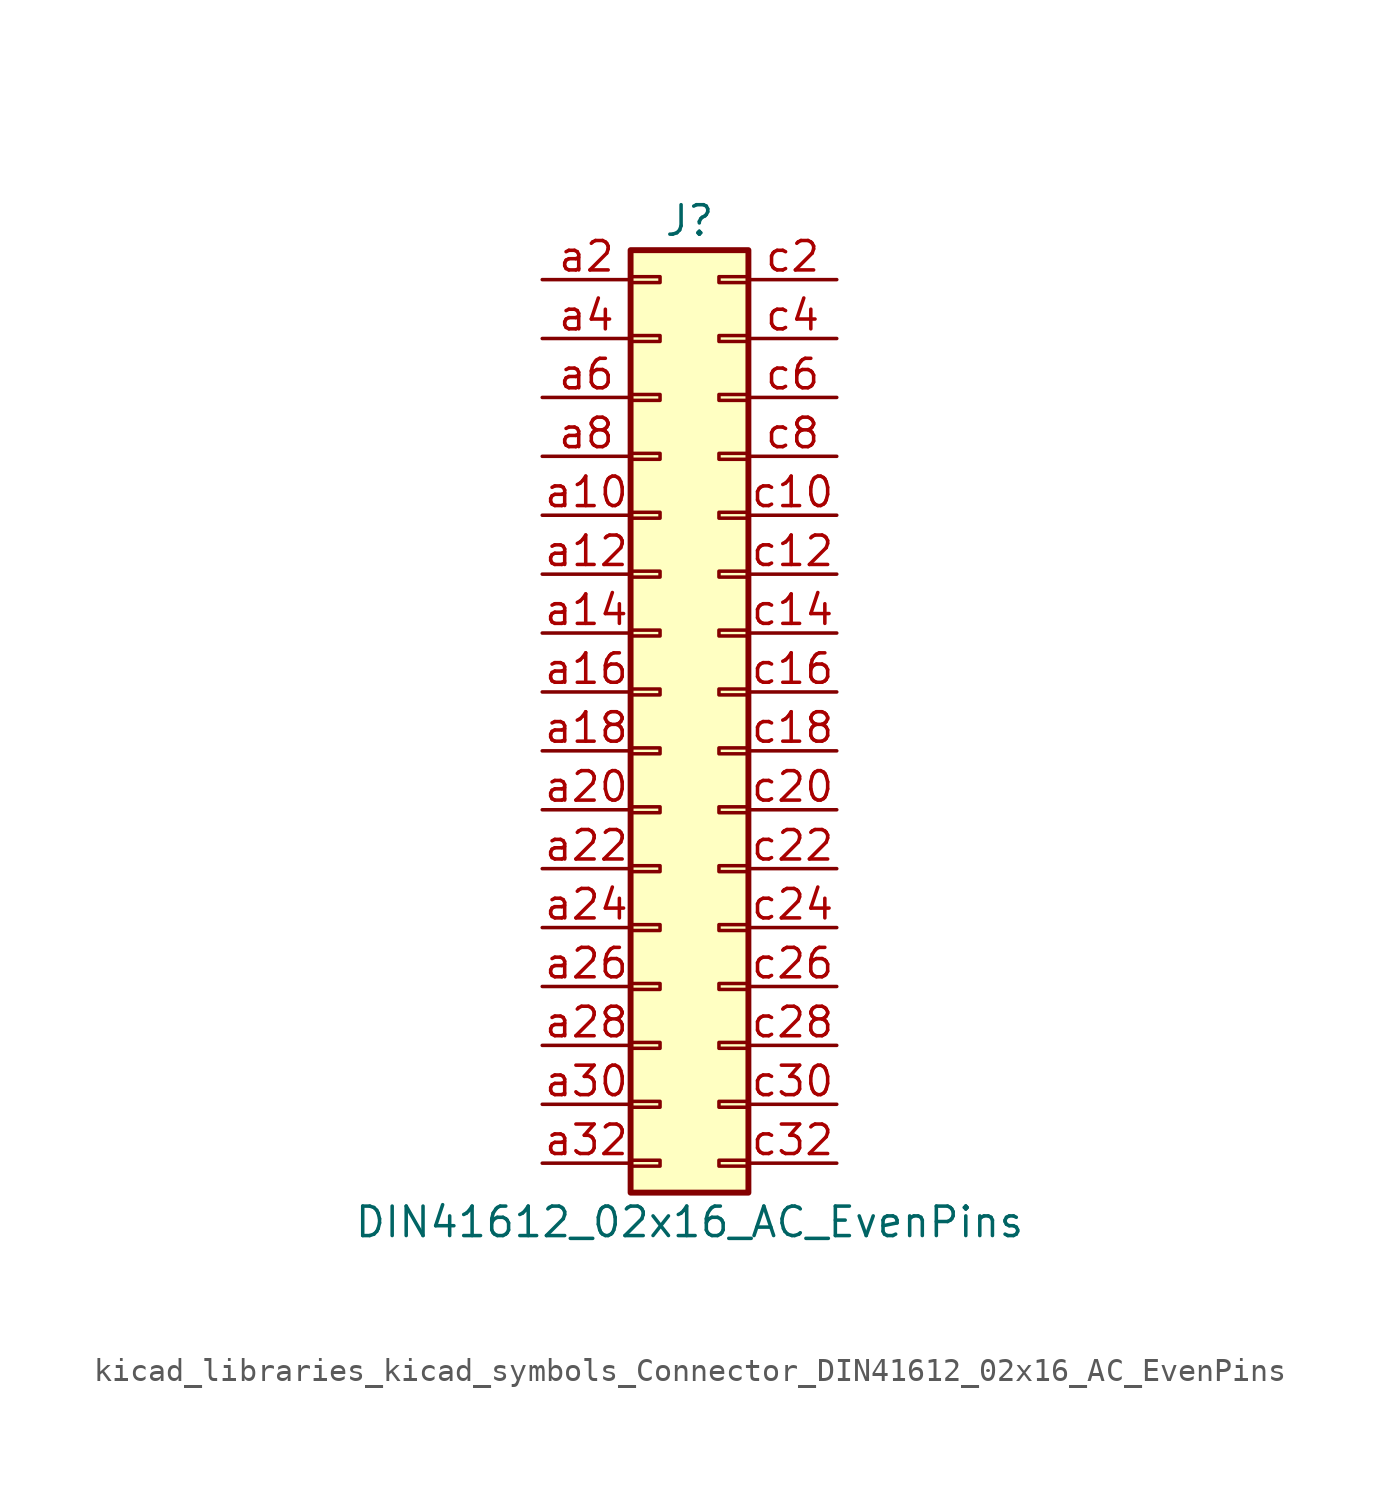
<source format=kicad_sym>
(kicad_symbol_lib
  (version 20220914)
  (generator kicad_symbol_editor)
  (symbol "kicad_libraries_kicad_symbols_Connector_DIN41612_02x16_AC_EvenPins"
    (pin_names
      (offset 1.016) hide)
    (property "Reference" "J"
      (at 1.27 20.32 0)
      (effects (font (size 1.27 1.27))))
    (property "Value" "DIN41612_02x16_AC_EvenPins"
      (at 1.27 -22.86 0)
      (effects (font (size 1.27 1.27))))
    (symbol "kicad_libraries_kicad_symbols_Connector_DIN41612_02x16_AC_EvenPins_1_1"
      (rectangle (start -1.27 -20.193) (end 0 -20.447) (stroke (width 0.152) (type default)) (fill (type none)))
      (rectangle (start -1.27 -17.653) (end 0 -17.907) (stroke (width 0.152) (type default)) (fill (type none)))
      (rectangle (start -1.27 -15.113) (end 0 -15.367) (stroke (width 0.152) (type default)) (fill (type none)))
      (rectangle (start -1.27 -12.573) (end 0 -12.827) (stroke (width 0.152) (type default)) (fill (type none)))
      (rectangle (start -1.27 -10.033) (end 0 -10.287) (stroke (width 0.152) (type default)) (fill (type none)))
      (rectangle (start -1.27 -7.493) (end 0 -7.747) (stroke (width 0.152) (type default)) (fill (type none)))
      (rectangle (start -1.27 -4.953) (end 0 -5.207) (stroke (width 0.152) (type default)) (fill (type none)))
      (rectangle (start -1.27 -2.413) (end 0 -2.667) (stroke (width 0.152) (type default)) (fill (type none)))
      (rectangle (start -1.27 0.127) (end 0 -0.127) (stroke (width 0.152) (type default)) (fill (type none)))
      (rectangle (start -1.27 2.667) (end 0 2.413) (stroke (width 0.152) (type default)) (fill (type none)))
      (rectangle (start -1.27 5.207) (end 0 4.953) (stroke (width 0.152) (type default)) (fill (type none)))
      (rectangle (start -1.27 7.747) (end 0 7.493) (stroke (width 0.152) (type default)) (fill (type none)))
      (rectangle (start -1.27 10.287) (end 0 10.033) (stroke (width 0.152) (type default)) (fill (type none)))
      (rectangle (start -1.27 12.827) (end 0 12.573) (stroke (width 0.152) (type default)) (fill (type none)))
      (rectangle (start -1.27 15.367) (end 0 15.113) (stroke (width 0.152) (type default)) (fill (type none)))
      (rectangle (start -1.27 17.907) (end 0 17.653) (stroke (width 0.152) (type default)) (fill (type none)))
      (rectangle (start -1.27 19.05) (end 3.81 -21.59) (stroke (width 0.254) (type default)) (fill (type background)))
      (rectangle (start 3.81 -20.193) (end 2.54 -20.447) (stroke (width 0.152) (type default)) (fill (type none)))
      (rectangle (start 3.81 -17.653) (end 2.54 -17.907) (stroke (width 0.152) (type default)) (fill (type none)))
      (rectangle (start 3.81 -15.113) (end 2.54 -15.367) (stroke (width 0.152) (type default)) (fill (type none)))
      (rectangle (start 3.81 -12.573) (end 2.54 -12.827) (stroke (width 0.152) (type default)) (fill (type none)))
      (rectangle (start 3.81 -10.033) (end 2.54 -10.287) (stroke (width 0.152) (type default)) (fill (type none)))
      (rectangle (start 3.81 -7.493) (end 2.54 -7.747) (stroke (width 0.152) (type default)) (fill (type none)))
      (rectangle (start 3.81 -4.953) (end 2.54 -5.207) (stroke (width 0.152) (type default)) (fill (type none)))
      (rectangle (start 3.81 -2.413) (end 2.54 -2.667) (stroke (width 0.152) (type default)) (fill (type none)))
      (rectangle (start 3.81 0.127) (end 2.54 -0.127) (stroke (width 0.152) (type default)) (fill (type none)))
      (rectangle (start 3.81 2.667) (end 2.54 2.413) (stroke (width 0.152) (type default)) (fill (type none)))
      (rectangle (start 3.81 5.207) (end 2.54 4.953) (stroke (width 0.152) (type default)) (fill (type none)))
      (rectangle (start 3.81 7.747) (end 2.54 7.493) (stroke (width 0.152) (type default)) (fill (type none)))
      (rectangle (start 3.81 10.287) (end 2.54 10.033) (stroke (width 0.152) (type default)) (fill (type none)))
      (rectangle (start 3.81 12.827) (end 2.54 12.573) (stroke (width 0.152) (type default)) (fill (type none)))
      (rectangle (start 3.81 15.367) (end 2.54 15.113) (stroke (width 0.152) (type default)) (fill (type none)))
      (rectangle (start 3.81 17.907) (end 2.54 17.653) (stroke (width 0.152) (type default)) (fill (type none)))
      (pin passive line (at -5.08 7.62 0) (length 3.81) (name "Pin_a10" (effects (font (size 1.27 1.27)))) (number "a10" (effects (font (size 1.27 1.27)))))
      (pin passive line (at -5.08 5.08 0) (length 3.81) (name "Pin_a12" (effects (font (size 1.27 1.27)))) (number "a12" (effects (font (size 1.27 1.27)))))
      (pin passive line (at -5.08 2.54 0) (length 3.81) (name "Pin_a14" (effects (font (size 1.27 1.27)))) (number "a14" (effects (font (size 1.27 1.27)))))
      (pin passive line (at -5.08 0 0) (length 3.81) (name "Pin_a16" (effects (font (size 1.27 1.27)))) (number "a16" (effects (font (size 1.27 1.27)))))
      (pin passive line (at -5.08 -2.54 0) (length 3.81) (name "Pin_a18" (effects (font (size 1.27 1.27)))) (number "a18" (effects (font (size 1.27 1.27)))))
      (pin passive line (at -5.08 17.78 0) (length 3.81) (name "Pin_a2" (effects (font (size 1.27 1.27)))) (number "a2" (effects (font (size 1.27 1.27)))))
      (pin passive line (at -5.08 -5.08 0) (length 3.81) (name "Pin_a20" (effects (font (size 1.27 1.27)))) (number "a20" (effects (font (size 1.27 1.27)))))
      (pin passive line (at -5.08 -7.62 0) (length 3.81) (name "Pin_a22" (effects (font (size 1.27 1.27)))) (number "a22" (effects (font (size 1.27 1.27)))))
      (pin passive line (at -5.08 -10.16 0) (length 3.81) (name "Pin_a24" (effects (font (size 1.27 1.27)))) (number "a24" (effects (font (size 1.27 1.27)))))
      (pin passive line (at -5.08 -12.7 0) (length 3.81) (name "Pin_a26" (effects (font (size 1.27 1.27)))) (number "a26" (effects (font (size 1.27 1.27)))))
      (pin passive line (at -5.08 -15.24 0) (length 3.81) (name "Pin_a28" (effects (font (size 1.27 1.27)))) (number "a28" (effects (font (size 1.27 1.27)))))
      (pin passive line (at -5.08 -17.78 0) (length 3.81) (name "Pin_a30" (effects (font (size 1.27 1.27)))) (number "a30" (effects (font (size 1.27 1.27)))))
      (pin passive line (at -5.08 -20.32 0) (length 3.81) (name "Pin_a32" (effects (font (size 1.27 1.27)))) (number "a32" (effects (font (size 1.27 1.27)))))
      (pin passive line (at -5.08 15.24 0) (length 3.81) (name "Pin_a4" (effects (font (size 1.27 1.27)))) (number "a4" (effects (font (size 1.27 1.27)))))
      (pin passive line (at -5.08 12.7 0) (length 3.81) (name "Pin_a6" (effects (font (size 1.27 1.27)))) (number "a6" (effects (font (size 1.27 1.27)))))
      (pin passive line (at -5.08 10.16 0) (length 3.81) (name "Pin_a8" (effects (font (size 1.27 1.27)))) (number "a8" (effects (font (size 1.27 1.27)))))
      (pin passive line (at 7.62 7.62 180) (length 3.81) (name "Pin_c10" (effects (font (size 1.27 1.27)))) (number "c10" (effects (font (size 1.27 1.27)))))
      (pin passive line (at 7.62 5.08 180) (length 3.81) (name "Pin_c12" (effects (font (size 1.27 1.27)))) (number "c12" (effects (font (size 1.27 1.27)))))
      (pin passive line (at 7.62 2.54 180) (length 3.81) (name "Pin_c14" (effects (font (size 1.27 1.27)))) (number "c14" (effects (font (size 1.27 1.27)))))
      (pin passive line (at 7.62 0 180) (length 3.81) (name "Pin_c16" (effects (font (size 1.27 1.27)))) (number "c16" (effects (font (size 1.27 1.27)))))
      (pin passive line (at 7.62 -2.54 180) (length 3.81) (name "Pin_c18" (effects (font (size 1.27 1.27)))) (number "c18" (effects (font (size 1.27 1.27)))))
      (pin passive line (at 7.62 17.78 180) (length 3.81) (name "Pin_c2" (effects (font (size 1.27 1.27)))) (number "c2" (effects (font (size 1.27 1.27)))))
      (pin passive line (at 7.62 -5.08 180) (length 3.81) (name "Pin_c20" (effects (font (size 1.27 1.27)))) (number "c20" (effects (font (size 1.27 1.27)))))
      (pin passive line (at 7.62 -7.62 180) (length 3.81) (name "Pin_c22" (effects (font (size 1.27 1.27)))) (number "c22" (effects (font (size 1.27 1.27)))))
      (pin passive line (at 7.62 -10.16 180) (length 3.81) (name "Pin_c24" (effects (font (size 1.27 1.27)))) (number "c24" (effects (font (size 1.27 1.27)))))
      (pin passive line (at 7.62 -12.7 180) (length 3.81) (name "Pin_c26" (effects (font (size 1.27 1.27)))) (number "c26" (effects (font (size 1.27 1.27)))))
      (pin passive line (at 7.62 -15.24 180) (length 3.81) (name "Pin_c28" (effects (font (size 1.27 1.27)))) (number "c28" (effects (font (size 1.27 1.27)))))
      (pin passive line (at 7.62 -17.78 180) (length 3.81) (name "Pin_c30" (effects (font (size 1.27 1.27)))) (number "c30" (effects (font (size 1.27 1.27)))))
      (pin passive line (at 7.62 -20.32 180) (length 3.81) (name "Pin_c32" (effects (font (size 1.27 1.27)))) (number "c32" (effects (font (size 1.27 1.27)))))
      (pin passive line (at 7.62 15.24 180) (length 3.81) (name "Pin_c4" (effects (font (size 1.27 1.27)))) (number "c4" (effects (font (size 1.27 1.27)))))
      (pin passive line (at 7.62 12.7 180) (length 3.81) (name "Pin_c6" (effects (font (size 1.27 1.27)))) (number "c6" (effects (font (size 1.27 1.27)))))
      (pin passive line (at 7.62 10.16 180) (length 3.81) (name "Pin_c8" (effects (font (size 1.27 1.27)))) (number "c8" (effects (font (size 1.27 1.27))))))))
</source>
